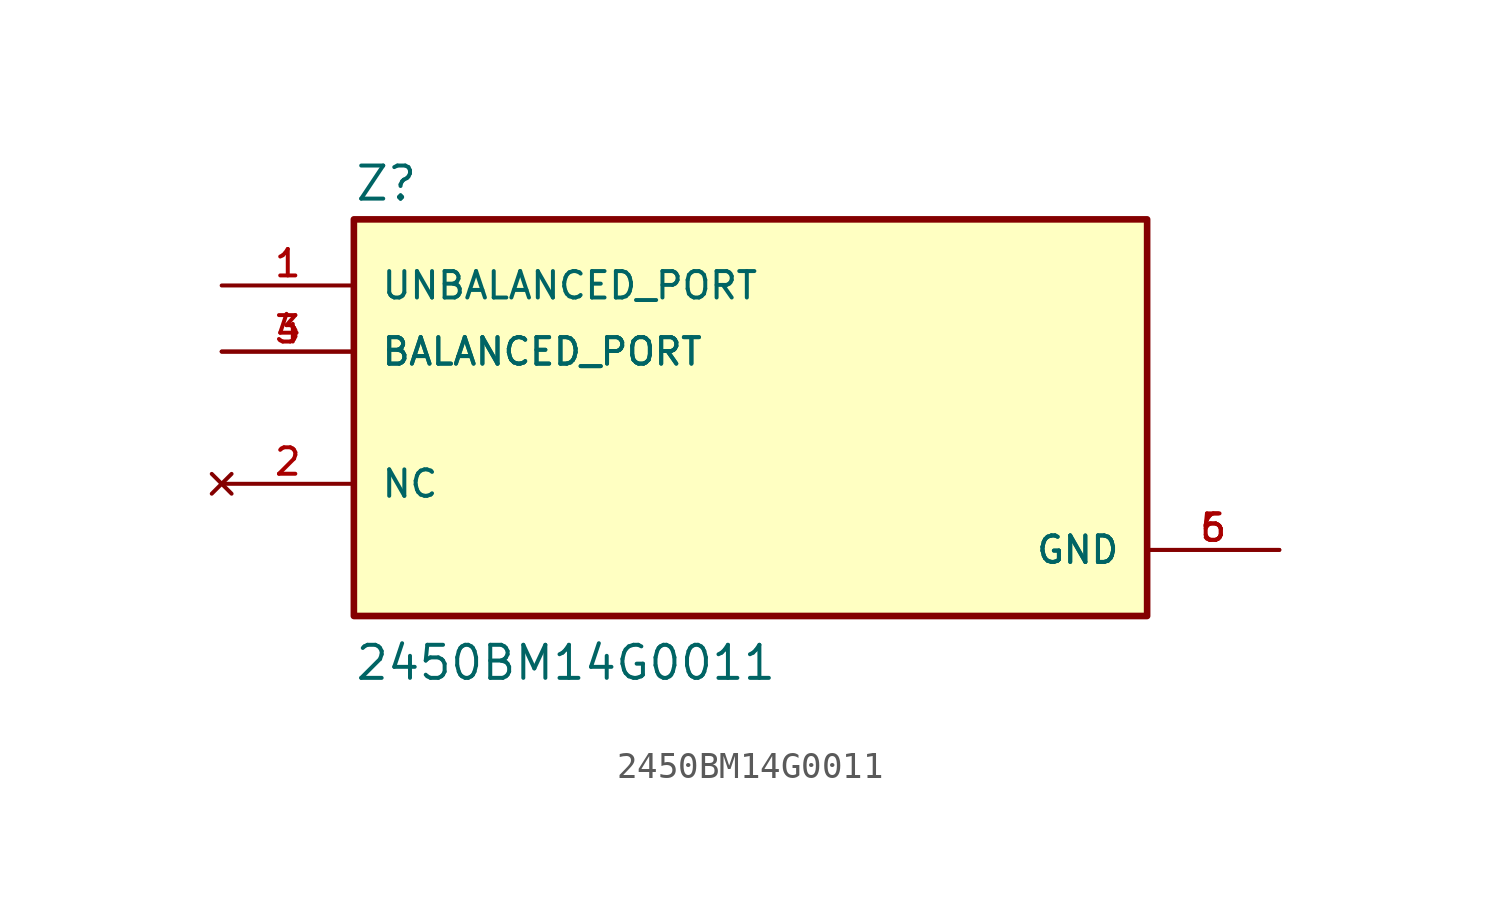
<source format=kicad_sym>
(kicad_symbol_lib
  (version 20211014)
  (generator kicad_symbol_editor)
  (symbol "2450BM14G0011"
    (pin_names
      (offset 1.016))
    (property "Reference" "Z"
      (at -15.24 8.255 0)
      (effects (font (size 1.27 1.27)) (justify bottom left)))
    (property "Value" "2450BM14G0011"
      (at -15.24 -10.16 0)
      (effects (font (size 1.27 1.27)) (justify bottom left)))
    (symbol "2450BM14G0011_0_0"
      (rectangle (start -15.24 -7.62) (end 15.24 7.62) (stroke (width 0.254)) (fill (type background)))
      (pin passive line (at -20.32 2.54 0) (length 5.08) (name "BALANCED_PORT" (effects (font (size 1.016 1.016)))) (number "3" (effects (font (size 1.016 1.016)))))
      (pin passive line (at -20.32 2.54 0) (length 5.08) (name "BALANCED_PORT" (effects (font (size 1.016 1.016)))) (number "4" (effects (font (size 1.016 1.016)))))
      (pin passive line (at -20.32 5.08 0) (length 5.08) (name "UNBALANCED_PORT" (effects (font (size 1.016 1.016)))) (number "1" (effects (font (size 1.016 1.016)))))
      (pin power_in line (at 20.32 -5.08 180.0) (length 5.08) (name "GND" (effects (font (size 1.016 1.016)))) (number "5" (effects (font (size 1.016 1.016)))))
      (pin power_in line (at 20.32 -5.08 180.0) (length 5.08) (name "GND" (effects (font (size 1.016 1.016)))) (number "6" (effects (font (size 1.016 1.016)))))
      (pin no_connect line (at -20.32 -2.54 0) (length 5.08) (name "NC" (effects (font (size 1.016 1.016)))) (number "2" (effects (font (size 1.016 1.016))))))))
</source>
